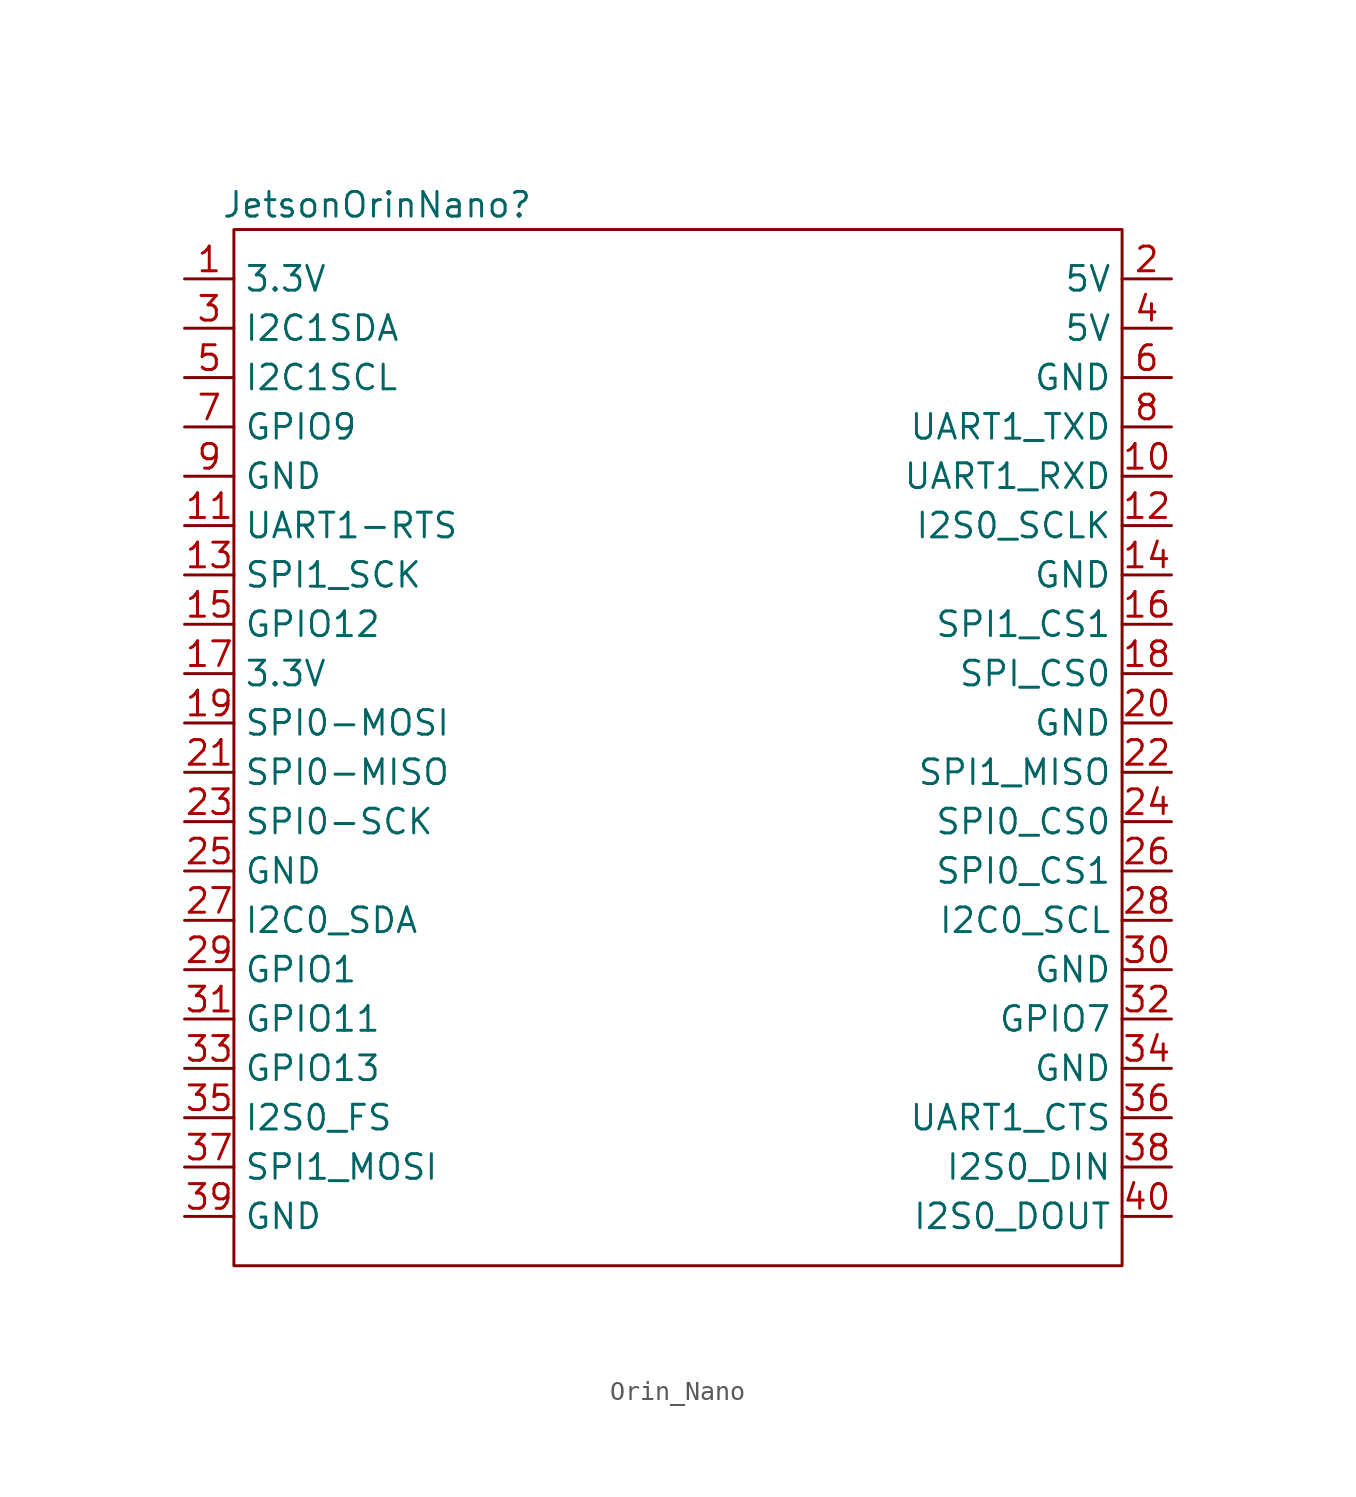
<source format=kicad_sym>
(kicad_symbol_lib
  (version 20231120)
  (generator "kicad_symbol_editor")
  (generator_version "8.0")
  (symbol "Orin_Nano"
    (property "Reference" "JetsonOrinNano"
      (at -18.034 26.67 0)
      (effects (font (size 1.27 1.27))))
    (property "Value" ""
      (at -19.05 13.97 0)
      (effects (font (size 1.27 1.27))))
    (symbol "Orin_Nano_0_1"
      (rectangle (start -25.4 25.4) (end 20.32 -27.94) (stroke (width 0) (type default)) (fill (type none))))
    (symbol "Orin_Nano_1_1"
      (pin power_out line (at -27.94 22.86 0) (length 2.54) (name "3.3V" (effects (font (size 1.27 1.27)))) (number "1" (effects (font (size 1.27 1.27)))))
      (pin power_out line (at 22.86 12.7 180) (length 2.54) (name "UART1_RXD" (effects (font (size 1.27 1.27)))) (number "10" (effects (font (size 1.27 1.27)))))
      (pin power_out line (at -27.94 10.16 0) (length 2.54) (name "UART1-RTS" (effects (font (size 1.27 1.27)))) (number "11" (effects (font (size 1.27 1.27)))))
      (pin power_out line (at 22.86 10.16 180) (length 2.54) (name "I2S0_SCLK" (effects (font (size 1.27 1.27)))) (number "12" (effects (font (size 1.27 1.27)))))
      (pin power_out line (at -27.94 7.62 0) (length 2.54) (name "SPI1_SCK" (effects (font (size 1.27 1.27)))) (number "13" (effects (font (size 1.27 1.27)))))
      (pin power_out line (at 22.86 7.62 180) (length 2.54) (name "GND" (effects (font (size 1.27 1.27)))) (number "14" (effects (font (size 1.27 1.27)))))
      (pin power_out line (at -27.94 5.08 0) (length 2.54) (name "GPIO12" (effects (font (size 1.27 1.27)))) (number "15" (effects (font (size 1.27 1.27)))))
      (pin power_out line (at 22.86 5.08 180) (length 2.54) (name "SPI1_CS1" (effects (font (size 1.27 1.27)))) (number "16" (effects (font (size 1.27 1.27)))))
      (pin power_out line (at -27.94 2.54 0) (length 2.54) (name "3.3V" (effects (font (size 1.27 1.27)))) (number "17" (effects (font (size 1.27 1.27)))))
      (pin power_out line (at 22.86 2.54 180) (length 2.54) (name "SPI_CS0" (effects (font (size 1.27 1.27)))) (number "18" (effects (font (size 1.27 1.27)))))
      (pin power_out line (at -27.94 0 0) (length 2.54) (name "SPI0-MOSI" (effects (font (size 1.27 1.27)))) (number "19" (effects (font (size 1.27 1.27)))))
      (pin power_out line (at 22.86 22.86 180) (length 2.54) (name "5V" (effects (font (size 1.27 1.27)))) (number "2" (effects (font (size 1.27 1.27)))))
      (pin power_out line (at 22.86 0 180) (length 2.54) (name "GND" (effects (font (size 1.27 1.27)))) (number "20" (effects (font (size 1.27 1.27)))))
      (pin power_out line (at -27.94 -2.54 0) (length 2.54) (name "SPI0-MISO" (effects (font (size 1.27 1.27)))) (number "21" (effects (font (size 1.27 1.27)))))
      (pin power_out line (at 22.86 -2.54 180) (length 2.54) (name "SPI1_MISO" (effects (font (size 1.27 1.27)))) (number "22" (effects (font (size 1.27 1.27)))))
      (pin power_out line (at -27.94 -5.08 0) (length 2.54) (name "SPI0-SCK" (effects (font (size 1.27 1.27)))) (number "23" (effects (font (size 1.27 1.27)))))
      (pin power_out line (at 22.86 -5.08 180) (length 2.54) (name "SPI0_CS0" (effects (font (size 1.27 1.27)))) (number "24" (effects (font (size 1.27 1.27)))))
      (pin power_out line (at -27.94 -7.62 0) (length 2.54) (name "GND" (effects (font (size 1.27 1.27)))) (number "25" (effects (font (size 1.27 1.27)))))
      (pin power_out line (at 22.86 -7.62 180) (length 2.54) (name "SPI0_CS1" (effects (font (size 1.27 1.27)))) (number "26" (effects (font (size 1.27 1.27)))))
      (pin power_out line (at -27.94 -10.16 0) (length 2.54) (name "I2C0_SDA" (effects (font (size 1.27 1.27)))) (number "27" (effects (font (size 1.27 1.27)))))
      (pin power_out line (at 22.86 -10.16 180) (length 2.54) (name "I2C0_SCL" (effects (font (size 1.27 1.27)))) (number "28" (effects (font (size 1.27 1.27)))))
      (pin power_out line (at -27.94 -12.7 0) (length 2.54) (name "GPIO1" (effects (font (size 1.27 1.27)))) (number "29" (effects (font (size 1.27 1.27)))))
      (pin power_out line (at -27.94 20.32 0) (length 2.54) (name "I2C1SDA" (effects (font (size 1.27 1.27)))) (number "3" (effects (font (size 1.27 1.27)))))
      (pin power_out line (at 22.86 -12.7 180) (length 2.54) (name "GND" (effects (font (size 1.27 1.27)))) (number "30" (effects (font (size 1.27 1.27)))))
      (pin power_out line (at -27.94 -15.24 0) (length 2.54) (name "GPIO11" (effects (font (size 1.27 1.27)))) (number "31" (effects (font (size 1.27 1.27)))))
      (pin power_out line (at 22.86 -15.24 180) (length 2.54) (name "GPIO7" (effects (font (size 1.27 1.27)))) (number "32" (effects (font (size 1.27 1.27)))))
      (pin power_out line (at -27.94 -17.78 0) (length 2.54) (name "GPIO13" (effects (font (size 1.27 1.27)))) (number "33" (effects (font (size 1.27 1.27)))))
      (pin power_out line (at 22.86 -17.78 180) (length 2.54) (name "GND" (effects (font (size 1.27 1.27)))) (number "34" (effects (font (size 1.27 1.27)))))
      (pin power_out line (at -27.94 -20.32 0) (length 2.54) (name "I2S0_FS" (effects (font (size 1.27 1.27)))) (number "35" (effects (font (size 1.27 1.27)))))
      (pin power_out line (at 22.86 -20.32 180) (length 2.54) (name "UART1_CTS" (effects (font (size 1.27 1.27)))) (number "36" (effects (font (size 1.27 1.27)))))
      (pin power_out line (at -27.94 -22.86 0) (length 2.54) (name "SPI1_MOSI" (effects (font (size 1.27 1.27)))) (number "37" (effects (font (size 1.27 1.27)))))
      (pin power_out line (at 22.86 -22.86 180) (length 2.54) (name "I2S0_DIN" (effects (font (size 1.27 1.27)))) (number "38" (effects (font (size 1.27 1.27)))))
      (pin power_out line (at -27.94 -25.4 0) (length 2.54) (name "GND" (effects (font (size 1.27 1.27)))) (number "39" (effects (font (size 1.27 1.27)))))
      (pin power_out line (at 22.86 20.32 180) (length 2.54) (name "5V" (effects (font (size 1.27 1.27)))) (number "4" (effects (font (size 1.27 1.27)))))
      (pin power_out line (at 22.86 -25.4 180) (length 2.54) (name "I2S0_DOUT" (effects (font (size 1.27 1.27)))) (number "40" (effects (font (size 1.27 1.27)))))
      (pin power_out line (at -27.94 17.78 0) (length 2.54) (name "I2C1SCL" (effects (font (size 1.27 1.27)))) (number "5" (effects (font (size 1.27 1.27)))))
      (pin power_out line (at 22.86 17.78 180) (length 2.54) (name "GND" (effects (font (size 1.27 1.27)))) (number "6" (effects (font (size 1.27 1.27)))))
      (pin power_out line (at -27.94 15.24 0) (length 2.54) (name "GPIO9" (effects (font (size 1.27 1.27)))) (number "7" (effects (font (size 1.27 1.27)))))
      (pin power_out line (at 22.86 15.24 180) (length 2.54) (name "UART1_TXD" (effects (font (size 1.27 1.27)))) (number "8" (effects (font (size 1.27 1.27)))))
      (pin power_out line (at -27.94 12.7 0) (length 2.54) (name "GND" (effects (font (size 1.27 1.27)))) (number "9" (effects (font (size 1.27 1.27))))))))
</source>
